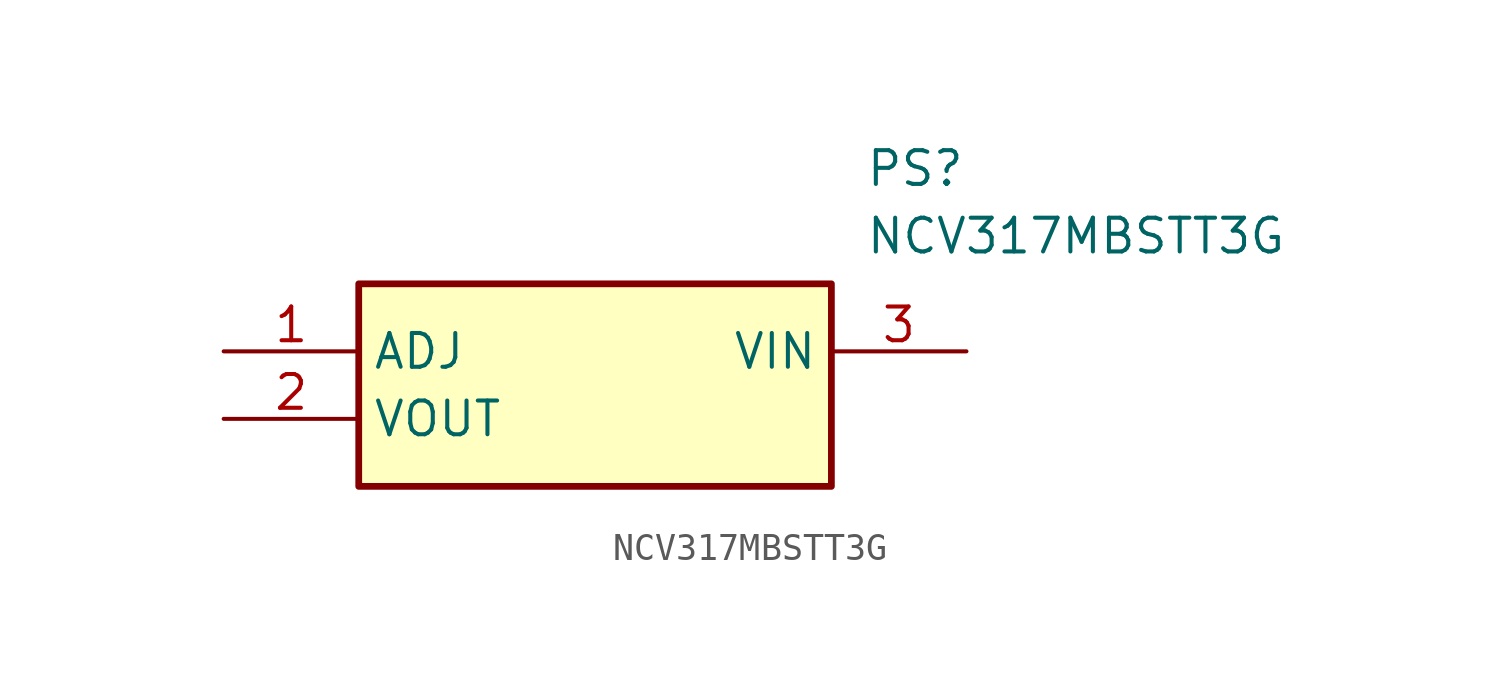
<source format=kicad_sym>
(kicad_symbol_lib
  (version 20211014)
  (generator SamacSys_ECAD_Model)
  (symbol "NCV317MBSTT3G"
    (property "Reference" "PS"
      (at 24.13 7.62 0)
      (effects (font (size 1.27 1.27)) (justify left top)))
    (property "Value" "NCV317MBSTT3G"
      (at 24.13 5.08 0)
      (effects (font (size 1.27 1.27)) (justify left top)))
    (rectangle
      (start 5.08 2.54)
      (end 22.86 -5.08)
      (stroke (width 0.254) (type default))
      (fill (type background)))
    (pin input line
      (at 0 0 0)
      (length 5.08)
      (name "ADJ" (effects (font (size 1.27 1.27))))
      (number "1" (effects (font (size 1.27 1.27)))))
    (pin output line
      (at 0 -2.54 0)
      (length 5.08)
      (name "VOUT" (effects (font (size 1.27 1.27))))
      (number "2" (effects (font (size 1.27 1.27)))))
    (pin output line
      (at 27.94 0 180)
      (length 5.08)
      (name "VIN" (effects (font (size 1.27 1.27))))
      (number "3" (effects (font (size 1.27 1.27)))))))
</source>
